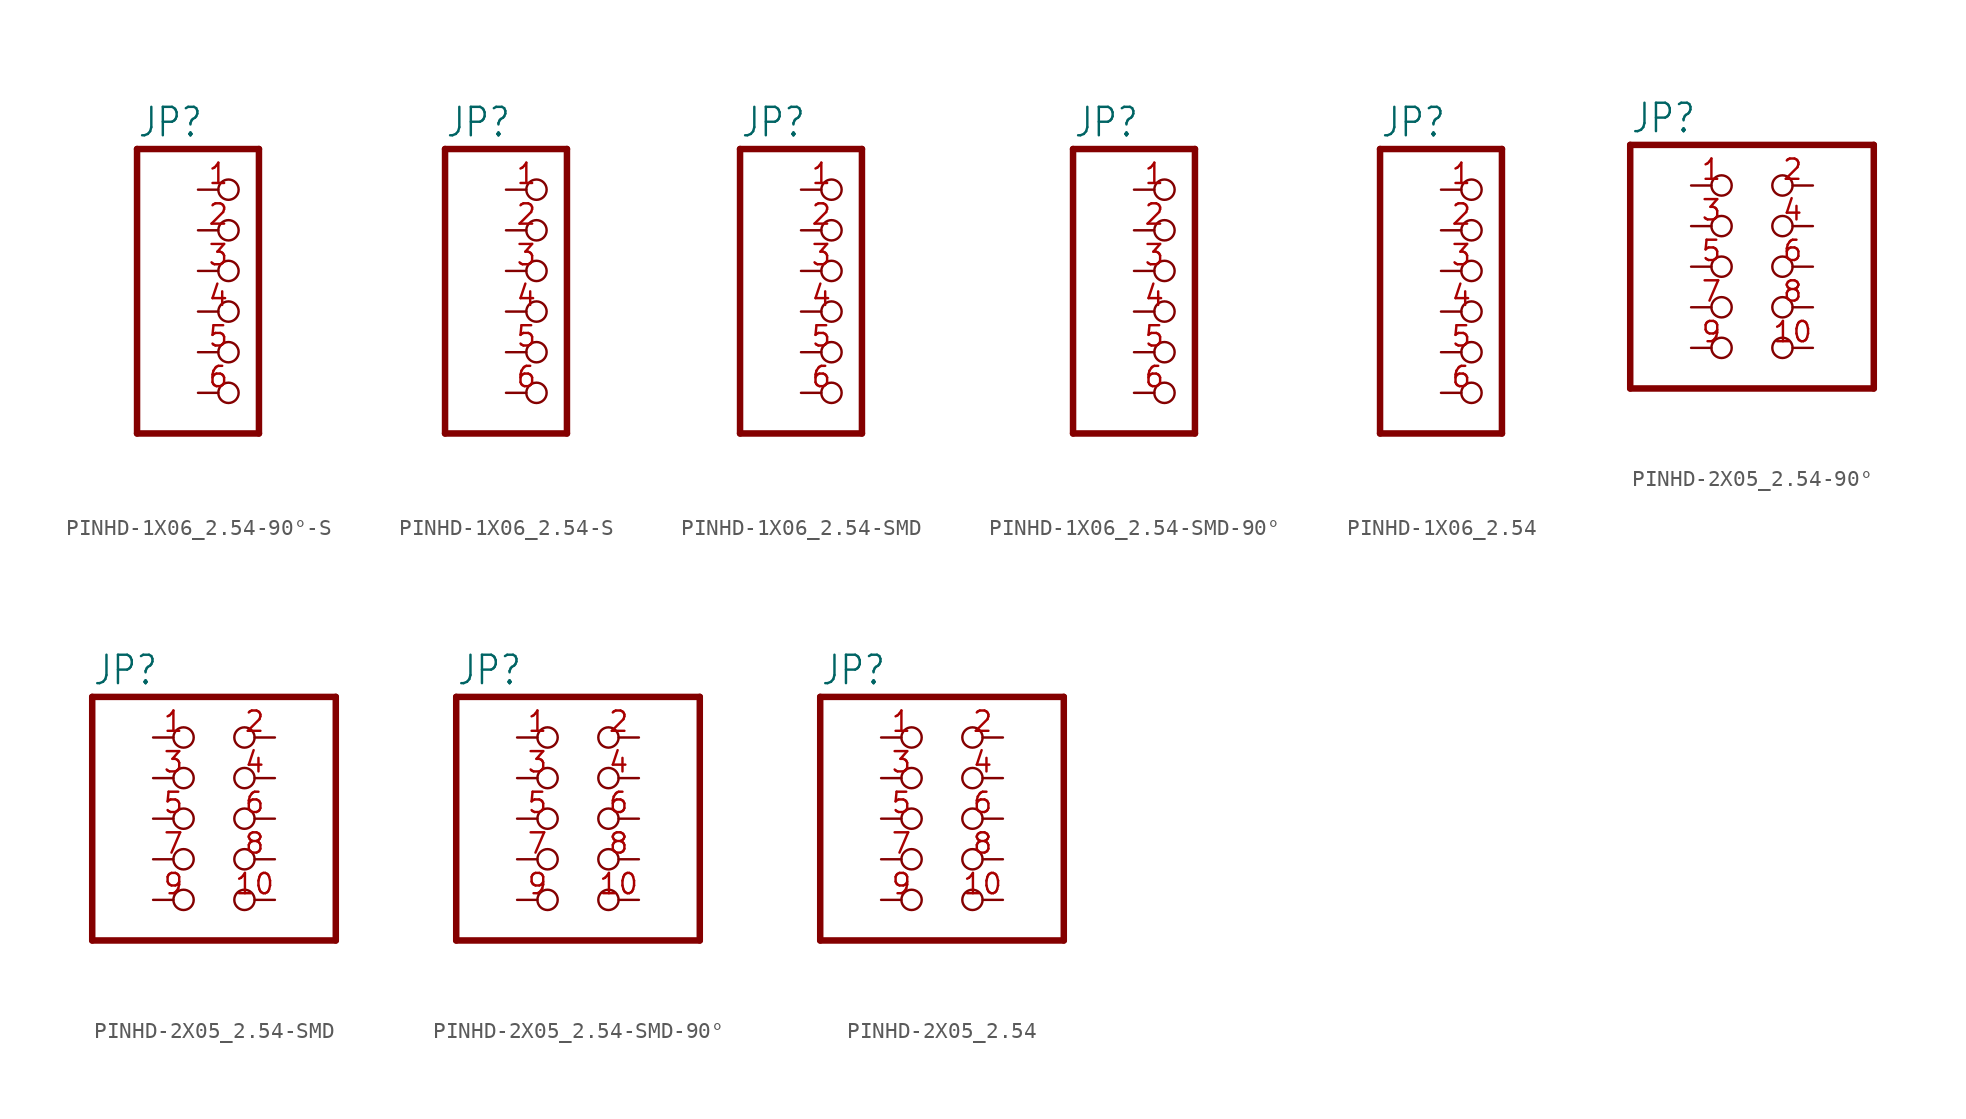
<source format=kicad_sym>
(kicad_symbol_lib
  (version 20231120)
  (generator "kicad_symbol_editor")
  (generator_version "8.0")
  (symbol "PINHD-1X06_2.54-90°-S"
    (property "Reference" "JP"
      (at -6.35 10.795 0)
      (effects (font (size 1.778 1.511)) (justify left bottom)))
    (property "Value" ""
      (at -6.35 -10.16 0)
      (effects (font (size 1.778 1.511)) (justify left bottom)))
    (property "ki_locked" ""
      (at 0 0 0)
      (effects (font (size 1.27 1.27))))
    (symbol "PINHD-1X06_2.54-90°-S_1_0"
      (polyline (pts (xy -6.35 -7.62) (xy 1.27 -7.62)) (stroke (width 0.406) (type solid)) (fill (type none)))
      (polyline (pts (xy -6.35 10.16) (xy -6.35 -7.62)) (stroke (width 0.406) (type solid)) (fill (type none)))
      (polyline (pts (xy 1.27 -7.62) (xy 1.27 10.16)) (stroke (width 0.406) (type solid)) (fill (type none)))
      (polyline (pts (xy 1.27 10.16) (xy -6.35 10.16)) (stroke (width 0.406) (type solid)) (fill (type none)))
      (pin passive inverted (at -2.54 7.62 0) (length 2.54) (name "1" (effects (font (size 0 0)))) (number "1" (effects (font (size 1.27 1.27)))))
      (pin passive inverted (at -2.54 5.08 0) (length 2.54) (name "2" (effects (font (size 0 0)))) (number "2" (effects (font (size 1.27 1.27)))))
      (pin passive inverted (at -2.54 2.54 0) (length 2.54) (name "3" (effects (font (size 0 0)))) (number "3" (effects (font (size 1.27 1.27)))))
      (pin passive inverted (at -2.54 0 0) (length 2.54) (name "4" (effects (font (size 0 0)))) (number "4" (effects (font (size 1.27 1.27)))))
      (pin passive inverted (at -2.54 -2.54 0) (length 2.54) (name "5" (effects (font (size 0 0)))) (number "5" (effects (font (size 1.27 1.27)))))
      (pin passive inverted (at -2.54 -5.08 0) (length 2.54) (name "6" (effects (font (size 0 0)))) (number "6" (effects (font (size 1.27 1.27)))))))
  (symbol "PINHD-1X06_2.54-S"
    (property "Reference" "JP"
      (at -6.35 10.795 0)
      (effects (font (size 1.778 1.511)) (justify left bottom)))
    (property "Value" ""
      (at -6.35 -10.16 0)
      (effects (font (size 1.778 1.511)) (justify left bottom)))
    (property "ki_locked" ""
      (at 0 0 0)
      (effects (font (size 1.27 1.27))))
    (symbol "PINHD-1X06_2.54-S_1_0"
      (polyline (pts (xy -6.35 -7.62) (xy 1.27 -7.62)) (stroke (width 0.406) (type solid)) (fill (type none)))
      (polyline (pts (xy -6.35 10.16) (xy -6.35 -7.62)) (stroke (width 0.406) (type solid)) (fill (type none)))
      (polyline (pts (xy 1.27 -7.62) (xy 1.27 10.16)) (stroke (width 0.406) (type solid)) (fill (type none)))
      (polyline (pts (xy 1.27 10.16) (xy -6.35 10.16)) (stroke (width 0.406) (type solid)) (fill (type none)))
      (pin passive inverted (at -2.54 7.62 0) (length 2.54) (name "1" (effects (font (size 0 0)))) (number "1" (effects (font (size 1.27 1.27)))))
      (pin passive inverted (at -2.54 5.08 0) (length 2.54) (name "2" (effects (font (size 0 0)))) (number "2" (effects (font (size 1.27 1.27)))))
      (pin passive inverted (at -2.54 2.54 0) (length 2.54) (name "3" (effects (font (size 0 0)))) (number "3" (effects (font (size 1.27 1.27)))))
      (pin passive inverted (at -2.54 0 0) (length 2.54) (name "4" (effects (font (size 0 0)))) (number "4" (effects (font (size 1.27 1.27)))))
      (pin passive inverted (at -2.54 -2.54 0) (length 2.54) (name "5" (effects (font (size 0 0)))) (number "5" (effects (font (size 1.27 1.27)))))
      (pin passive inverted (at -2.54 -5.08 0) (length 2.54) (name "6" (effects (font (size 0 0)))) (number "6" (effects (font (size 1.27 1.27)))))))
  (symbol "PINHD-1X06_2.54-SMD"
    (property "Reference" "JP"
      (at -6.35 10.795 0)
      (effects (font (size 1.778 1.511)) (justify left bottom)))
    (property "Value" ""
      (at -6.35 -10.16 0)
      (effects (font (size 1.778 1.511)) (justify left bottom)))
    (property "ki_locked" ""
      (at 0 0 0)
      (effects (font (size 1.27 1.27))))
    (symbol "PINHD-1X06_2.54-SMD_1_0"
      (polyline (pts (xy -6.35 -7.62) (xy 1.27 -7.62)) (stroke (width 0.406) (type solid)) (fill (type none)))
      (polyline (pts (xy -6.35 10.16) (xy -6.35 -7.62)) (stroke (width 0.406) (type solid)) (fill (type none)))
      (polyline (pts (xy 1.27 -7.62) (xy 1.27 10.16)) (stroke (width 0.406) (type solid)) (fill (type none)))
      (polyline (pts (xy 1.27 10.16) (xy -6.35 10.16)) (stroke (width 0.406) (type solid)) (fill (type none)))
      (pin passive inverted (at -2.54 7.62 0) (length 2.54) (name "1" (effects (font (size 0 0)))) (number "1" (effects (font (size 1.27 1.27)))))
      (pin passive inverted (at -2.54 5.08 0) (length 2.54) (name "2" (effects (font (size 0 0)))) (number "2" (effects (font (size 1.27 1.27)))))
      (pin passive inverted (at -2.54 2.54 0) (length 2.54) (name "3" (effects (font (size 0 0)))) (number "3" (effects (font (size 1.27 1.27)))))
      (pin passive inverted (at -2.54 0 0) (length 2.54) (name "4" (effects (font (size 0 0)))) (number "4" (effects (font (size 1.27 1.27)))))
      (pin passive inverted (at -2.54 -2.54 0) (length 2.54) (name "5" (effects (font (size 0 0)))) (number "5" (effects (font (size 1.27 1.27)))))
      (pin passive inverted (at -2.54 -5.08 0) (length 2.54) (name "6" (effects (font (size 0 0)))) (number "6" (effects (font (size 1.27 1.27)))))))
  (symbol "PINHD-1X06_2.54-SMD-90°"
    (property "Reference" "JP"
      (at -6.35 10.795 0)
      (effects (font (size 1.778 1.511)) (justify left bottom)))
    (property "Value" ""
      (at -6.35 -10.16 0)
      (effects (font (size 1.778 1.511)) (justify left bottom)))
    (property "ki_locked" ""
      (at 0 0 0)
      (effects (font (size 1.27 1.27))))
    (symbol "PINHD-1X06_2.54-SMD-90°_1_0"
      (polyline (pts (xy -6.35 -7.62) (xy 1.27 -7.62)) (stroke (width 0.406) (type solid)) (fill (type none)))
      (polyline (pts (xy -6.35 10.16) (xy -6.35 -7.62)) (stroke (width 0.406) (type solid)) (fill (type none)))
      (polyline (pts (xy 1.27 -7.62) (xy 1.27 10.16)) (stroke (width 0.406) (type solid)) (fill (type none)))
      (polyline (pts (xy 1.27 10.16) (xy -6.35 10.16)) (stroke (width 0.406) (type solid)) (fill (type none)))
      (pin passive inverted (at -2.54 7.62 0) (length 2.54) (name "1" (effects (font (size 0 0)))) (number "1" (effects (font (size 1.27 1.27)))))
      (pin passive inverted (at -2.54 5.08 0) (length 2.54) (name "2" (effects (font (size 0 0)))) (number "2" (effects (font (size 1.27 1.27)))))
      (pin passive inverted (at -2.54 2.54 0) (length 2.54) (name "3" (effects (font (size 0 0)))) (number "3" (effects (font (size 1.27 1.27)))))
      (pin passive inverted (at -2.54 0 0) (length 2.54) (name "4" (effects (font (size 0 0)))) (number "4" (effects (font (size 1.27 1.27)))))
      (pin passive inverted (at -2.54 -2.54 0) (length 2.54) (name "5" (effects (font (size 0 0)))) (number "5" (effects (font (size 1.27 1.27)))))
      (pin passive inverted (at -2.54 -5.08 0) (length 2.54) (name "6" (effects (font (size 0 0)))) (number "6" (effects (font (size 1.27 1.27)))))))
  (symbol "PINHD-1X06_2.54"
    (property "Reference" "JP"
      (at -6.35 10.795 0)
      (effects (font (size 1.778 1.511)) (justify left bottom)))
    (property "Value" ""
      (at -6.35 -10.16 0)
      (effects (font (size 1.778 1.511)) (justify left bottom)))
    (property "ki_locked" ""
      (at 0 0 0)
      (effects (font (size 1.27 1.27))))
    (symbol "PINHD-1X06_2.54_1_0"
      (polyline (pts (xy -6.35 -7.62) (xy 1.27 -7.62)) (stroke (width 0.406) (type solid)) (fill (type none)))
      (polyline (pts (xy -6.35 10.16) (xy -6.35 -7.62)) (stroke (width 0.406) (type solid)) (fill (type none)))
      (polyline (pts (xy 1.27 -7.62) (xy 1.27 10.16)) (stroke (width 0.406) (type solid)) (fill (type none)))
      (polyline (pts (xy 1.27 10.16) (xy -6.35 10.16)) (stroke (width 0.406) (type solid)) (fill (type none)))
      (pin passive inverted (at -2.54 7.62 0) (length 2.54) (name "1" (effects (font (size 0 0)))) (number "1" (effects (font (size 1.27 1.27)))))
      (pin passive inverted (at -2.54 5.08 0) (length 2.54) (name "2" (effects (font (size 0 0)))) (number "2" (effects (font (size 1.27 1.27)))))
      (pin passive inverted (at -2.54 2.54 0) (length 2.54) (name "3" (effects (font (size 0 0)))) (number "3" (effects (font (size 1.27 1.27)))))
      (pin passive inverted (at -2.54 0 0) (length 2.54) (name "4" (effects (font (size 0 0)))) (number "4" (effects (font (size 1.27 1.27)))))
      (pin passive inverted (at -2.54 -2.54 0) (length 2.54) (name "5" (effects (font (size 0 0)))) (number "5" (effects (font (size 1.27 1.27)))))
      (pin passive inverted (at -2.54 -5.08 0) (length 2.54) (name "6" (effects (font (size 0 0)))) (number "6" (effects (font (size 1.27 1.27)))))))
  (symbol "PINHD-2X05_2.54-90°"
    (property "Reference" "JP"
      (at -6.35 8.255 0)
      (effects (font (size 1.778 1.511)) (justify left bottom)))
    (property "Value" ""
      (at -6.35 -10.16 0)
      (effects (font (size 1.778 1.511)) (justify left bottom)))
    (property "ki_locked" ""
      (at 0 0 0)
      (effects (font (size 1.27 1.27))))
    (symbol "PINHD-2X05_2.54-90°_1_0"
      (polyline (pts (xy -6.35 -7.62) (xy 8.89 -7.62)) (stroke (width 0.406) (type solid)) (fill (type none)))
      (polyline (pts (xy -6.35 7.62) (xy -6.35 -7.62)) (stroke (width 0.406) (type solid)) (fill (type none)))
      (polyline (pts (xy 8.89 -7.62) (xy 8.89 7.62)) (stroke (width 0.406) (type solid)) (fill (type none)))
      (polyline (pts (xy 8.89 7.62) (xy -6.35 7.62)) (stroke (width 0.406) (type solid)) (fill (type none)))
      (pin passive inverted (at -2.54 5.08 0) (length 2.54) (name "1" (effects (font (size 0 0)))) (number "1" (effects (font (size 1.27 1.27)))))
      (pin passive inverted (at 5.08 -5.08 180) (length 2.54) (name "10" (effects (font (size 0 0)))) (number "10" (effects (font (size 1.27 1.27)))))
      (pin passive inverted (at 5.08 5.08 180) (length 2.54) (name "2" (effects (font (size 0 0)))) (number "2" (effects (font (size 1.27 1.27)))))
      (pin passive inverted (at -2.54 2.54 0) (length 2.54) (name "3" (effects (font (size 0 0)))) (number "3" (effects (font (size 1.27 1.27)))))
      (pin passive inverted (at 5.08 2.54 180) (length 2.54) (name "4" (effects (font (size 0 0)))) (number "4" (effects (font (size 1.27 1.27)))))
      (pin passive inverted (at -2.54 0 0) (length 2.54) (name "5" (effects (font (size 0 0)))) (number "5" (effects (font (size 1.27 1.27)))))
      (pin passive inverted (at 5.08 0 180) (length 2.54) (name "6" (effects (font (size 0 0)))) (number "6" (effects (font (size 1.27 1.27)))))
      (pin passive inverted (at -2.54 -2.54 0) (length 2.54) (name "7" (effects (font (size 0 0)))) (number "7" (effects (font (size 1.27 1.27)))))
      (pin passive inverted (at 5.08 -2.54 180) (length 2.54) (name "8" (effects (font (size 0 0)))) (number "8" (effects (font (size 1.27 1.27)))))
      (pin passive inverted (at -2.54 -5.08 0) (length 2.54) (name "9" (effects (font (size 0 0)))) (number "9" (effects (font (size 1.27 1.27)))))))
  (symbol "PINHD-2X05_2.54-SMD"
    (property "Reference" "JP"
      (at -6.35 8.255 0)
      (effects (font (size 1.778 1.511)) (justify left bottom)))
    (property "Value" ""
      (at -6.35 -10.16 0)
      (effects (font (size 1.778 1.511)) (justify left bottom)))
    (property "ki_locked" ""
      (at 0 0 0)
      (effects (font (size 1.27 1.27))))
    (symbol "PINHD-2X05_2.54-SMD_1_0"
      (polyline (pts (xy -6.35 -7.62) (xy 8.89 -7.62)) (stroke (width 0.406) (type solid)) (fill (type none)))
      (polyline (pts (xy -6.35 7.62) (xy -6.35 -7.62)) (stroke (width 0.406) (type solid)) (fill (type none)))
      (polyline (pts (xy 8.89 -7.62) (xy 8.89 7.62)) (stroke (width 0.406) (type solid)) (fill (type none)))
      (polyline (pts (xy 8.89 7.62) (xy -6.35 7.62)) (stroke (width 0.406) (type solid)) (fill (type none)))
      (pin passive inverted (at -2.54 5.08 0) (length 2.54) (name "1" (effects (font (size 0 0)))) (number "1" (effects (font (size 1.27 1.27)))))
      (pin passive inverted (at 5.08 -5.08 180) (length 2.54) (name "10" (effects (font (size 0 0)))) (number "10" (effects (font (size 1.27 1.27)))))
      (pin passive inverted (at 5.08 5.08 180) (length 2.54) (name "2" (effects (font (size 0 0)))) (number "2" (effects (font (size 1.27 1.27)))))
      (pin passive inverted (at -2.54 2.54 0) (length 2.54) (name "3" (effects (font (size 0 0)))) (number "3" (effects (font (size 1.27 1.27)))))
      (pin passive inverted (at 5.08 2.54 180) (length 2.54) (name "4" (effects (font (size 0 0)))) (number "4" (effects (font (size 1.27 1.27)))))
      (pin passive inverted (at -2.54 0 0) (length 2.54) (name "5" (effects (font (size 0 0)))) (number "5" (effects (font (size 1.27 1.27)))))
      (pin passive inverted (at 5.08 0 180) (length 2.54) (name "6" (effects (font (size 0 0)))) (number "6" (effects (font (size 1.27 1.27)))))
      (pin passive inverted (at -2.54 -2.54 0) (length 2.54) (name "7" (effects (font (size 0 0)))) (number "7" (effects (font (size 1.27 1.27)))))
      (pin passive inverted (at 5.08 -2.54 180) (length 2.54) (name "8" (effects (font (size 0 0)))) (number "8" (effects (font (size 1.27 1.27)))))
      (pin passive inverted (at -2.54 -5.08 0) (length 2.54) (name "9" (effects (font (size 0 0)))) (number "9" (effects (font (size 1.27 1.27)))))))
  (symbol "PINHD-2X05_2.54-SMD-90°"
    (property "Reference" "JP"
      (at -6.35 8.255 0)
      (effects (font (size 1.778 1.511)) (justify left bottom)))
    (property "Value" ""
      (at -6.35 -10.16 0)
      (effects (font (size 1.778 1.511)) (justify left bottom)))
    (property "ki_locked" ""
      (at 0 0 0)
      (effects (font (size 1.27 1.27))))
    (symbol "PINHD-2X05_2.54-SMD-90°_1_0"
      (polyline (pts (xy -6.35 -7.62) (xy 8.89 -7.62)) (stroke (width 0.406) (type solid)) (fill (type none)))
      (polyline (pts (xy -6.35 7.62) (xy -6.35 -7.62)) (stroke (width 0.406) (type solid)) (fill (type none)))
      (polyline (pts (xy 8.89 -7.62) (xy 8.89 7.62)) (stroke (width 0.406) (type solid)) (fill (type none)))
      (polyline (pts (xy 8.89 7.62) (xy -6.35 7.62)) (stroke (width 0.406) (type solid)) (fill (type none)))
      (pin passive inverted (at -2.54 5.08 0) (length 2.54) (name "1" (effects (font (size 0 0)))) (number "1" (effects (font (size 1.27 1.27)))))
      (pin passive inverted (at 5.08 -5.08 180) (length 2.54) (name "10" (effects (font (size 0 0)))) (number "10" (effects (font (size 1.27 1.27)))))
      (pin passive inverted (at 5.08 5.08 180) (length 2.54) (name "2" (effects (font (size 0 0)))) (number "2" (effects (font (size 1.27 1.27)))))
      (pin passive inverted (at -2.54 2.54 0) (length 2.54) (name "3" (effects (font (size 0 0)))) (number "3" (effects (font (size 1.27 1.27)))))
      (pin passive inverted (at 5.08 2.54 180) (length 2.54) (name "4" (effects (font (size 0 0)))) (number "4" (effects (font (size 1.27 1.27)))))
      (pin passive inverted (at -2.54 0 0) (length 2.54) (name "5" (effects (font (size 0 0)))) (number "5" (effects (font (size 1.27 1.27)))))
      (pin passive inverted (at 5.08 0 180) (length 2.54) (name "6" (effects (font (size 0 0)))) (number "6" (effects (font (size 1.27 1.27)))))
      (pin passive inverted (at -2.54 -2.54 0) (length 2.54) (name "7" (effects (font (size 0 0)))) (number "7" (effects (font (size 1.27 1.27)))))
      (pin passive inverted (at 5.08 -2.54 180) (length 2.54) (name "8" (effects (font (size 0 0)))) (number "8" (effects (font (size 1.27 1.27)))))
      (pin passive inverted (at -2.54 -5.08 0) (length 2.54) (name "9" (effects (font (size 0 0)))) (number "9" (effects (font (size 1.27 1.27)))))))
  (symbol "PINHD-2X05_2.54"
    (property "Reference" "JP"
      (at -6.35 8.255 0)
      (effects (font (size 1.778 1.511)) (justify left bottom)))
    (property "Value" ""
      (at -6.35 -10.16 0)
      (effects (font (size 1.778 1.511)) (justify left bottom)))
    (property "ki_locked" ""
      (at 0 0 0)
      (effects (font (size 1.27 1.27))))
    (symbol "PINHD-2X05_2.54_1_0"
      (polyline (pts (xy -6.35 -7.62) (xy 8.89 -7.62)) (stroke (width 0.406) (type solid)) (fill (type none)))
      (polyline (pts (xy -6.35 7.62) (xy -6.35 -7.62)) (stroke (width 0.406) (type solid)) (fill (type none)))
      (polyline (pts (xy 8.89 -7.62) (xy 8.89 7.62)) (stroke (width 0.406) (type solid)) (fill (type none)))
      (polyline (pts (xy 8.89 7.62) (xy -6.35 7.62)) (stroke (width 0.406) (type solid)) (fill (type none)))
      (pin passive inverted (at -2.54 5.08 0) (length 2.54) (name "1" (effects (font (size 0 0)))) (number "1" (effects (font (size 1.27 1.27)))))
      (pin passive inverted (at 5.08 -5.08 180) (length 2.54) (name "10" (effects (font (size 0 0)))) (number "10" (effects (font (size 1.27 1.27)))))
      (pin passive inverted (at 5.08 5.08 180) (length 2.54) (name "2" (effects (font (size 0 0)))) (number "2" (effects (font (size 1.27 1.27)))))
      (pin passive inverted (at -2.54 2.54 0) (length 2.54) (name "3" (effects (font (size 0 0)))) (number "3" (effects (font (size 1.27 1.27)))))
      (pin passive inverted (at 5.08 2.54 180) (length 2.54) (name "4" (effects (font (size 0 0)))) (number "4" (effects (font (size 1.27 1.27)))))
      (pin passive inverted (at -2.54 0 0) (length 2.54) (name "5" (effects (font (size 0 0)))) (number "5" (effects (font (size 1.27 1.27)))))
      (pin passive inverted (at 5.08 0 180) (length 2.54) (name "6" (effects (font (size 0 0)))) (number "6" (effects (font (size 1.27 1.27)))))
      (pin passive inverted (at -2.54 -2.54 0) (length 2.54) (name "7" (effects (font (size 0 0)))) (number "7" (effects (font (size 1.27 1.27)))))
      (pin passive inverted (at 5.08 -2.54 180) (length 2.54) (name "8" (effects (font (size 0 0)))) (number "8" (effects (font (size 1.27 1.27)))))
      (pin passive inverted (at -2.54 -5.08 0) (length 2.54) (name "9" (effects (font (size 0 0)))) (number "9" (effects (font (size 1.27 1.27))))))))
</source>
